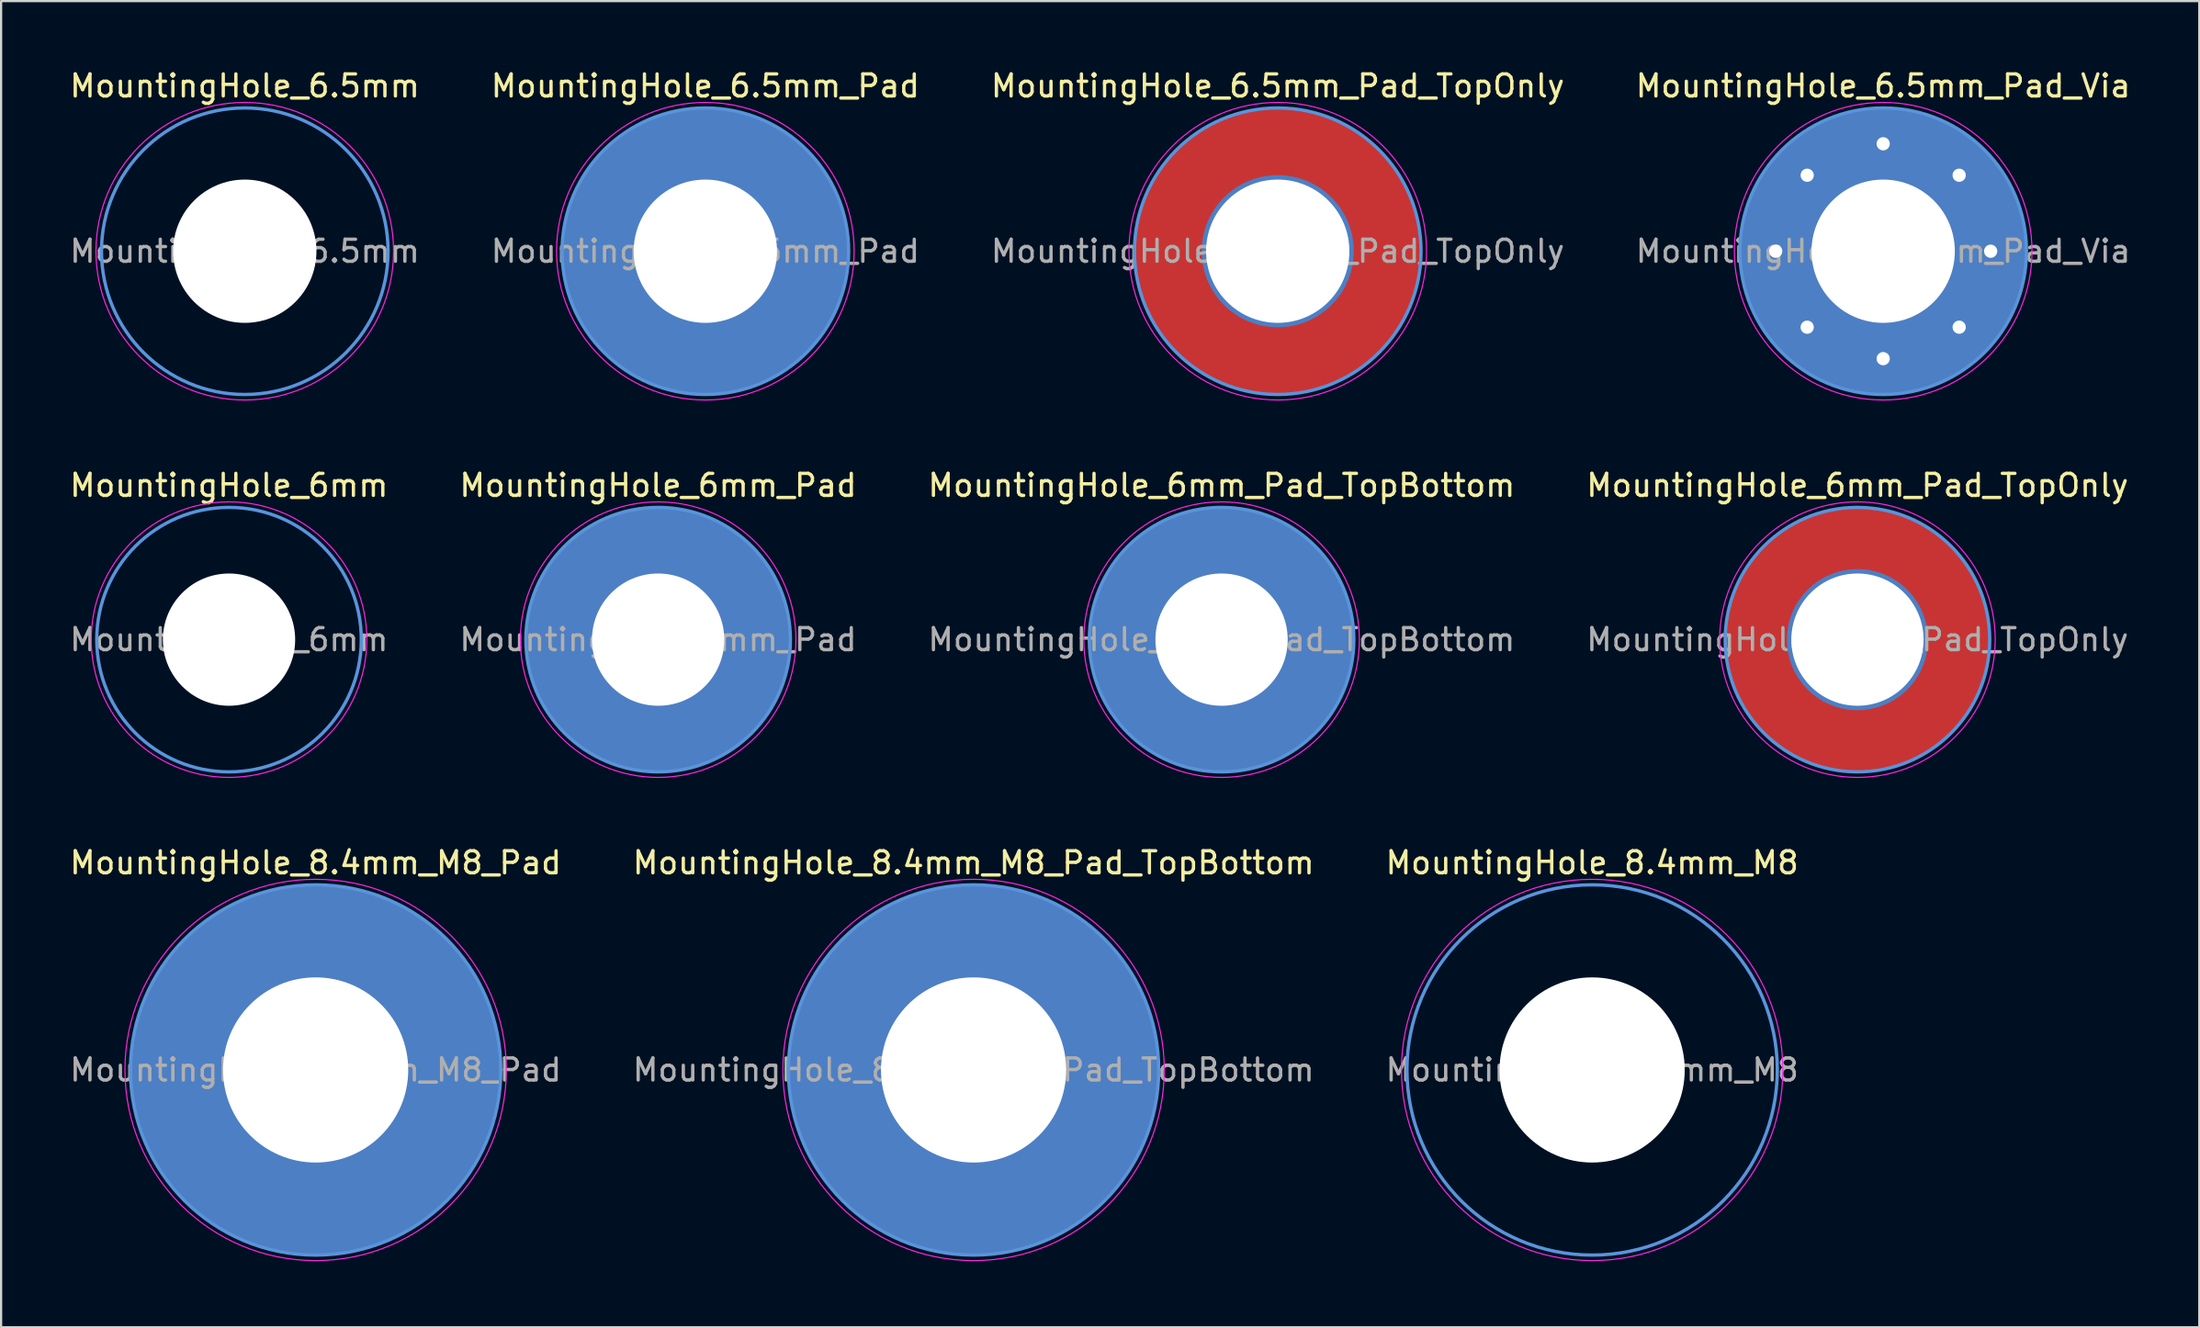
<source format=kicad_pcb>
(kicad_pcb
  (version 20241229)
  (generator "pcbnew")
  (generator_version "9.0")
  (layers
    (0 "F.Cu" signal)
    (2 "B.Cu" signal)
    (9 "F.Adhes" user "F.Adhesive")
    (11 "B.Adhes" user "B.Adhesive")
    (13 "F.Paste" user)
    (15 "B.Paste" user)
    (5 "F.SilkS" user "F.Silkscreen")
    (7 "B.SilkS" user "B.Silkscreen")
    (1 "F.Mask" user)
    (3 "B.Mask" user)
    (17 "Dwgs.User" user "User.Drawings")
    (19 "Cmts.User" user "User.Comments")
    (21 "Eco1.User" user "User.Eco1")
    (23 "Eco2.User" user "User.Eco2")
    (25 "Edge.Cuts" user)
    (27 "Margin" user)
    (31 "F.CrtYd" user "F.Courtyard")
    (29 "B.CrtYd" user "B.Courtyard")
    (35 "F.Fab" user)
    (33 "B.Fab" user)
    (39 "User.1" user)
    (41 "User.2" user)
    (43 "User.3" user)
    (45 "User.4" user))
  (footprint "MountingHole_6.5mm_Pad_TopOnly"
    (layer "F.Cu")
    (at 54.911 8.348)
    (property "Reference" "MountingHole_6.5mm_Pad_TopOnly" (at 0 -7.5 0) (layer "F.SilkS") (effects (font (size 1 1) (thickness 0.15))))
    (attr exclude_from_pos_files exclude_from_bom)
    (fp_circle (center 0 0) (end 6.5 0) (stroke (width 0.15) (type solid)) (fill no) (layer "Cmts.User"))
    (fp_circle (center 0 0) (end 6.75 0) (stroke (width 0.05) (type solid)) (fill no) (layer "F.CrtYd"))
    (fp_text user "${REFERENCE}" (at 0 0 0) (layer "F.Fab") (effects (font (size 1 1) (thickness 0.15))))
    (pad "1" thru_hole circle (at 0 0) (size 6.9 6.9) (drill 6.5) (layers "*.Cu" "*.Mask"))
    (pad "1" connect circle (at 0 0) (size 13 13) (layers "F.Cu" "F.Mask")))
  (footprint "MountingHole_6mm_Pad"
    (layer "F.Cu")
    (at 26.804 25.971)
    (property "Reference" "MountingHole_6mm_Pad" (at 0 -7 0) (layer "F.SilkS") (effects (font (size 1 1) (thickness 0.15))))
    (attr exclude_from_pos_files exclude_from_bom)
    (fp_circle (center 0 0) (end 6 0) (stroke (width 0.15) (type solid)) (fill no) (layer "Cmts.User"))
    (fp_circle (center 0 0) (end 6.25 0) (stroke (width 0.05) (type solid)) (fill no) (layer "F.CrtYd"))
    (fp_text user "${REFERENCE}" (at 0 0 0) (layer "F.Fab") (effects (font (size 1 1) (thickness 0.15))))
    (pad "1" thru_hole circle (at 0 0) (size 12 12) (drill 6) (layers "*.Cu" "*.Mask")))
  (footprint "MountingHole_6mm_Pad_TopOnly"
    (layer "F.Cu")
    (at 81.208 25.971)
    (property "Reference" "MountingHole_6mm_Pad_TopOnly" (at 0 -7 0) (layer "F.SilkS") (effects (font (size 1 1) (thickness 0.15))))
    (attr exclude_from_pos_files exclude_from_bom)
    (fp_circle (center 0 0) (end 6 0) (stroke (width 0.15) (type solid)) (fill no) (layer "Cmts.User"))
    (fp_circle (center 0 0) (end 6.25 0) (stroke (width 0.05) (type solid)) (fill no) (layer "F.CrtYd"))
    (fp_text user "${REFERENCE}" (at 0 0 0) (layer "F.Fab") (effects (font (size 1 1) (thickness 0.15))))
    (pad "1" thru_hole circle (at 0 0) (size 6.4 6.4) (drill 6) (layers "*.Cu" "*.Mask"))
    (pad "1" connect circle (at 0 0) (size 12 12) (layers "F.Cu" "F.Mask")))
  (footprint "MountingHole_8.4mm_M8"
    (layer "F.Cu")
    (at 69.173 45.495)
    (property "Reference" "MountingHole_8.4mm_M8" (at 0 -9.4 0) (layer "F.SilkS") (effects (font (size 1 1) (thickness 0.15))))
    (attr exclude_from_pos_files exclude_from_bom)
    (fp_circle (center 0 0) (end 8.4 0) (stroke (width 0.15) (type solid)) (fill no) (layer "Cmts.User"))
    (fp_circle (center 0 0) (end 8.65 0) (stroke (width 0.05) (type solid)) (fill no) (layer "F.CrtYd"))
    (fp_text user "${REFERENCE}" (at 0 0 0) (layer "F.Fab") (effects (font (size 1 1) (thickness 0.15))))
    (pad "" np_thru_hole circle (at 0 0) (size 8.4 8.4) (drill 8.4) (layers "*.Cu" "*.Mask")))
  (footprint "MountingHole_8.4mm_M8_Pad"
    (layer "F.Cu")
    (at 11.268 45.495)
    (property "Reference" "MountingHole_8.4mm_M8_Pad" (at 0 -9.4 0) (layer "F.SilkS") (effects (font (size 1 1) (thickness 0.15))))
    (attr exclude_from_pos_files exclude_from_bom)
    (fp_circle (center 0 0) (end 8.4 0) (stroke (width 0.15) (type solid)) (fill no) (layer "Cmts.User"))
    (fp_circle (center 0 0) (end 8.65 0) (stroke (width 0.05) (type solid)) (fill no) (layer "F.CrtYd"))
    (fp_text user "${REFERENCE}" (at 0 0 0) (layer "F.Fab") (effects (font (size 1 1) (thickness 0.15))))
    (pad "1" thru_hole circle (at 0 0) (size 16.8 16.8) (drill 8.4) (layers "*.Cu" "*.Mask")))
  (footprint "MountingHole_6mm"
    (layer "F.Cu")
    (at 7.339 25.971)
    (property "Reference" "MountingHole_6mm" (at 0 -7 0) (layer "F.SilkS") (effects (font (size 1 1) (thickness 0.15))))
    (attr exclude_from_pos_files exclude_from_bom)
    (fp_circle (center 0 0) (end 6 0) (stroke (width 0.15) (type solid)) (fill no) (layer "Cmts.User"))
    (fp_circle (center 0 0) (end 6.25 0) (stroke (width 0.05) (type solid)) (fill no) (layer "F.CrtYd"))
    (fp_text user "${REFERENCE}" (at 0 0 0) (layer "F.Fab") (effects (font (size 1 1) (thickness 0.15))))
    (pad "" np_thru_hole circle (at 0 0) (size 6 6) (drill 6) (layers "*.Cu" "*.Mask")))
  (footprint "MountingHole_8.4mm_M8_Pad_TopBottom"
    (layer "F.Cu")
    (at 41.113 45.495)
    (property "Reference" "MountingHole_8.4mm_M8_Pad_TopBottom" (at 0 -9.4 0) (layer "F.SilkS") (effects (font (size 1 1) (thickness 0.15))))
    (attr exclude_from_pos_files exclude_from_bom)
    (fp_circle (center 0 0) (end 8.4 0) (stroke (width 0.15) (type solid)) (fill no) (layer "Cmts.User"))
    (fp_circle (center 0 0) (end 8.65 0) (stroke (width 0.05) (type solid)) (fill no) (layer "F.CrtYd"))
    (fp_text user "${REFERENCE}" (at 0 0 0) (layer "F.Fab") (effects (font (size 1 1) (thickness 0.15))))
    (pad "1" thru_hole circle (at 0 0) (size 8.8 8.8) (drill 8.4) (layers "*.Cu" "*.Mask"))
    (pad "1" connect circle (at 0 0) (size 16.8 16.8) (layers "F.Cu" "F.Mask"))
    (pad "1" connect circle (at 0 0) (size 16.8 16.8) (layers "B.Cu" "B.Mask")))
  (footprint "MountingHole_6.5mm"
    (layer "F.Cu")
    (at 8.054 8.348)
    (property "Reference" "MountingHole_6.5mm" (at 0 -7.5 0) (layer "F.SilkS") (effects (font (size 1 1) (thickness 0.15))))
    (attr exclude_from_pos_files exclude_from_bom)
    (fp_circle (center 0 0) (end 6.5 0) (stroke (width 0.15) (type solid)) (fill no) (layer "Cmts.User"))
    (fp_circle (center 0 0) (end 6.75 0) (stroke (width 0.05) (type solid)) (fill no) (layer "F.CrtYd"))
    (fp_text user "${REFERENCE}" (at 0 0 0) (layer "F.Fab") (effects (font (size 1 1) (thickness 0.15))))
    (pad "" np_thru_hole circle (at 0 0) (size 6.5 6.5) (drill 6.5) (layers "*.Cu" "*.Mask")))
  (footprint "MountingHole_6.5mm_Pad_Via"
    (layer "F.Cu")
    (at 82.375 8.348)
    (property "Reference" "MountingHole_6.5mm_Pad_Via" (at 0 -7.5 0) (layer "F.SilkS") (effects (font (size 1 1) (thickness 0.15))))
    (attr exclude_from_pos_files exclude_from_bom)
    (fp_circle (center 0 0) (end 6.5 0) (stroke (width 0.15) (type solid)) (fill no) (layer "Cmts.User"))
    (fp_circle (center 0 0) (end 6.75 0) (stroke (width 0.05) (type solid)) (fill no) (layer "F.CrtYd"))
    (fp_text user "${REFERENCE}" (at 0 0 0) (layer "F.Fab") (effects (font (size 1 1) (thickness 0.15))))
    (pad "1" thru_hole circle (at -4.875 0) (size 0.9 0.9) (drill 0.6) (layers "*.Cu" "*.Mask"))
    (pad "1" thru_hole circle (at -3.447 -3.447) (size 0.9 0.9) (drill 0.6) (layers "*.Cu" "*.Mask"))
    (pad "1" thru_hole circle (at -3.447 3.447) (size 0.9 0.9) (drill 0.6) (layers "*.Cu" "*.Mask"))
    (pad "1" thru_hole circle (at 0 -4.875) (size 0.9 0.9) (drill 0.6) (layers "*.Cu" "*.Mask"))
    (pad "1" thru_hole circle (at 0 0) (size 13 13) (drill 6.5) (layers "*.Cu" "*.Mask"))
    (pad "1" thru_hole circle (at 0 4.875) (size 0.9 0.9) (drill 0.6) (layers "*.Cu" "*.Mask"))
    (pad "1" thru_hole circle (at 3.447 -3.447) (size 0.9 0.9) (drill 0.6) (layers "*.Cu" "*.Mask"))
    (pad "1" thru_hole circle (at 3.447 3.447) (size 0.9 0.9) (drill 0.6) (layers "*.Cu" "*.Mask"))
    (pad "1" thru_hole circle (at 4.875 0) (size 0.9 0.9) (drill 0.6) (layers "*.Cu" "*.Mask")))
  (footprint "MountingHole_6mm_Pad_TopBottom"
    (layer "F.Cu")
    (at 52.363 25.971)
    (property "Reference" "MountingHole_6mm_Pad_TopBottom" (at 0 -7 0) (layer "F.SilkS") (effects (font (size 1 1) (thickness 0.15))))
    (attr exclude_from_pos_files exclude_from_bom)
    (fp_circle (center 0 0) (end 6 0) (stroke (width 0.15) (type solid)) (fill no) (layer "Cmts.User"))
    (fp_circle (center 0 0) (end 6.25 0) (stroke (width 0.05) (type solid)) (fill no) (layer "F.CrtYd"))
    (fp_text user "${REFERENCE}" (at 0 0 0) (layer "F.Fab") (effects (font (size 1 1) (thickness 0.15))))
    (pad "1" thru_hole circle (at 0 0) (size 6.4 6.4) (drill 6) (layers "*.Cu" "*.Mask"))
    (pad "1" connect circle (at 0 0) (size 12 12) (layers "F.Cu" "F.Mask"))
    (pad "1" connect circle (at 0 0) (size 12 12) (layers "B.Cu" "B.Mask")))
  (footprint "MountingHole_6.5mm_Pad"
    (layer "F.Cu")
    (at 28.946 8.348)
    (property "Reference" "MountingHole_6.5mm_Pad" (at 0 -7.5 0) (layer "F.SilkS") (effects (font (size 1 1) (thickness 0.15))))
    (attr exclude_from_pos_files exclude_from_bom)
    (fp_circle (center 0 0) (end 6.5 0) (stroke (width 0.15) (type solid)) (fill no) (layer "Cmts.User"))
    (fp_circle (center 0 0) (end 6.75 0) (stroke (width 0.05) (type solid)) (fill no) (layer "F.CrtYd"))
    (fp_text user "${REFERENCE}" (at 0 0 0) (layer "F.Fab") (effects (font (size 1 1) (thickness 0.15))))
    (pad "1" thru_hole circle (at 0 0) (size 13 13) (drill 6.5) (layers "*.Cu" "*.Mask")))
  (gr_rect
    (start -3 -3)
    (end 96.714 57.17)
    (stroke (width 0.1) (type default))
    (fill no)
    (layer "Edge.Cuts")))
</source>
